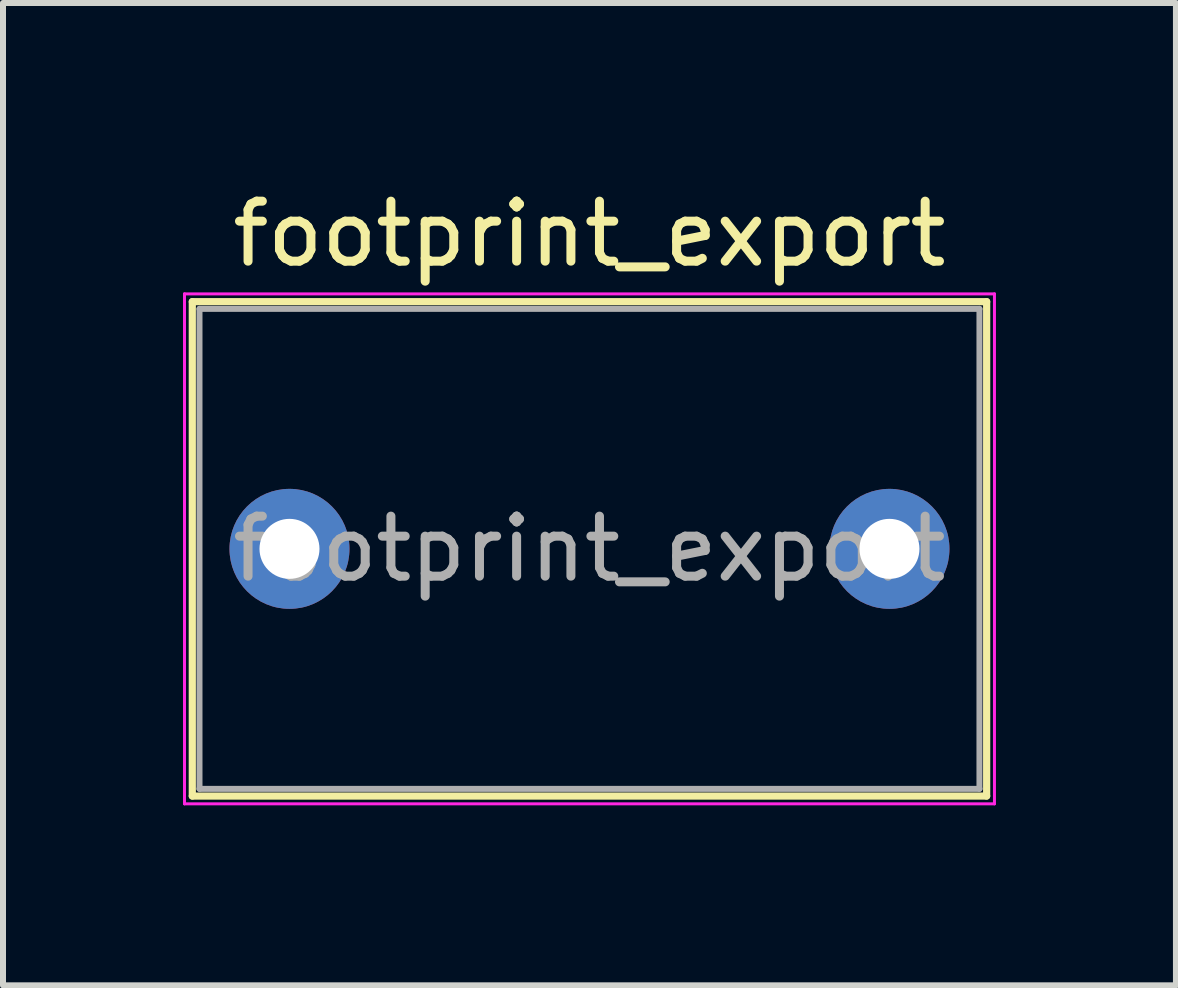
<source format=kicad_pcb>
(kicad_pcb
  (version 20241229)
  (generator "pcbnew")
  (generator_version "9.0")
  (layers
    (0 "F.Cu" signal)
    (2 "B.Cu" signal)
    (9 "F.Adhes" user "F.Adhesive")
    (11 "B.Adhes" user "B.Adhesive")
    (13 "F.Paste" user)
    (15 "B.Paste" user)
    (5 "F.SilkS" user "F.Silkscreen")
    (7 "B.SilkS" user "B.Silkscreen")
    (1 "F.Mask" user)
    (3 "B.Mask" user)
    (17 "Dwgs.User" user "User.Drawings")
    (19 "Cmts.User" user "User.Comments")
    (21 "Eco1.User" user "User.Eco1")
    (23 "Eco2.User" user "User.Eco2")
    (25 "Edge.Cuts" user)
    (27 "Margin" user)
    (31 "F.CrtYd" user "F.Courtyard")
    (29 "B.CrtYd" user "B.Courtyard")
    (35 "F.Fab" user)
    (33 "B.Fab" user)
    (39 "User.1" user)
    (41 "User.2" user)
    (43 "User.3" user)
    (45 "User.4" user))
  (footprint "footprint_export"
    (layer "F.Cu")
    (at 1.775 6.098)
    (property "Reference" "footprint_export" (at 5 -5.25 0) (layer "F.SilkS") (effects (font (size 1 1) (thickness 0.15))))
    (attr through_hole)
    (fp_line (start -1.62 -4.12) (end -1.62 4.12) (stroke (width 0.12) (type solid)) (layer "F.SilkS"))
    (fp_line (start -1.62 -4.12) (end 11.62 -4.12) (stroke (width 0.12) (type solid)) (layer "F.SilkS"))
    (fp_line (start -1.62 4.12) (end 11.62 4.12) (stroke (width 0.12) (type solid)) (layer "F.SilkS"))
    (fp_line (start 11.62 -4.12) (end 11.62 4.12) (stroke (width 0.12) (type solid)) (layer "F.SilkS"))
    (fp_line (start -1.75 -4.25) (end -1.75 4.25) (stroke (width 0.05) (type solid)) (layer "F.CrtYd"))
    (fp_line (start -1.75 4.25) (end 11.75 4.25) (stroke (width 0.05) (type solid)) (layer "F.CrtYd"))
    (fp_line (start 11.75 -4.25) (end -1.75 -4.25) (stroke (width 0.05) (type solid)) (layer "F.CrtYd"))
    (fp_line (start 11.75 4.25) (end 11.75 -4.25) (stroke (width 0.05) (type solid)) (layer "F.CrtYd"))
    (fp_line (start -1.5 -4) (end -1.5 4) (stroke (width 0.1) (type solid)) (layer "F.Fab"))
    (fp_line (start -1.5 4) (end 11.5 4) (stroke (width 0.1) (type solid)) (layer "F.Fab"))
    (fp_line (start 11.5 -4) (end -1.5 -4) (stroke (width 0.1) (type solid)) (layer "F.Fab"))
    (fp_line (start 11.5 4) (end 11.5 -4) (stroke (width 0.1) (type solid)) (layer "F.Fab"))
    (fp_text user "${REFERENCE}" (at 5 0 0) (layer "F.Fab") (effects (font (size 1 1) (thickness 0.15))))
    (pad "1" thru_hole circle (at 0 0) (size 2 2) (drill 1) (layers "*.Cu" "*.Mask"))
    (pad "2" thru_hole circle (at 10 0) (size 2 2) (drill 1) (layers "*.Cu" "*.Mask")))
  (gr_rect
    (start -3 -3)
    (end 16.55 13.373)
    (stroke (width 0.1) (type default))
    (fill no)
    (layer "Edge.Cuts")))
</source>
